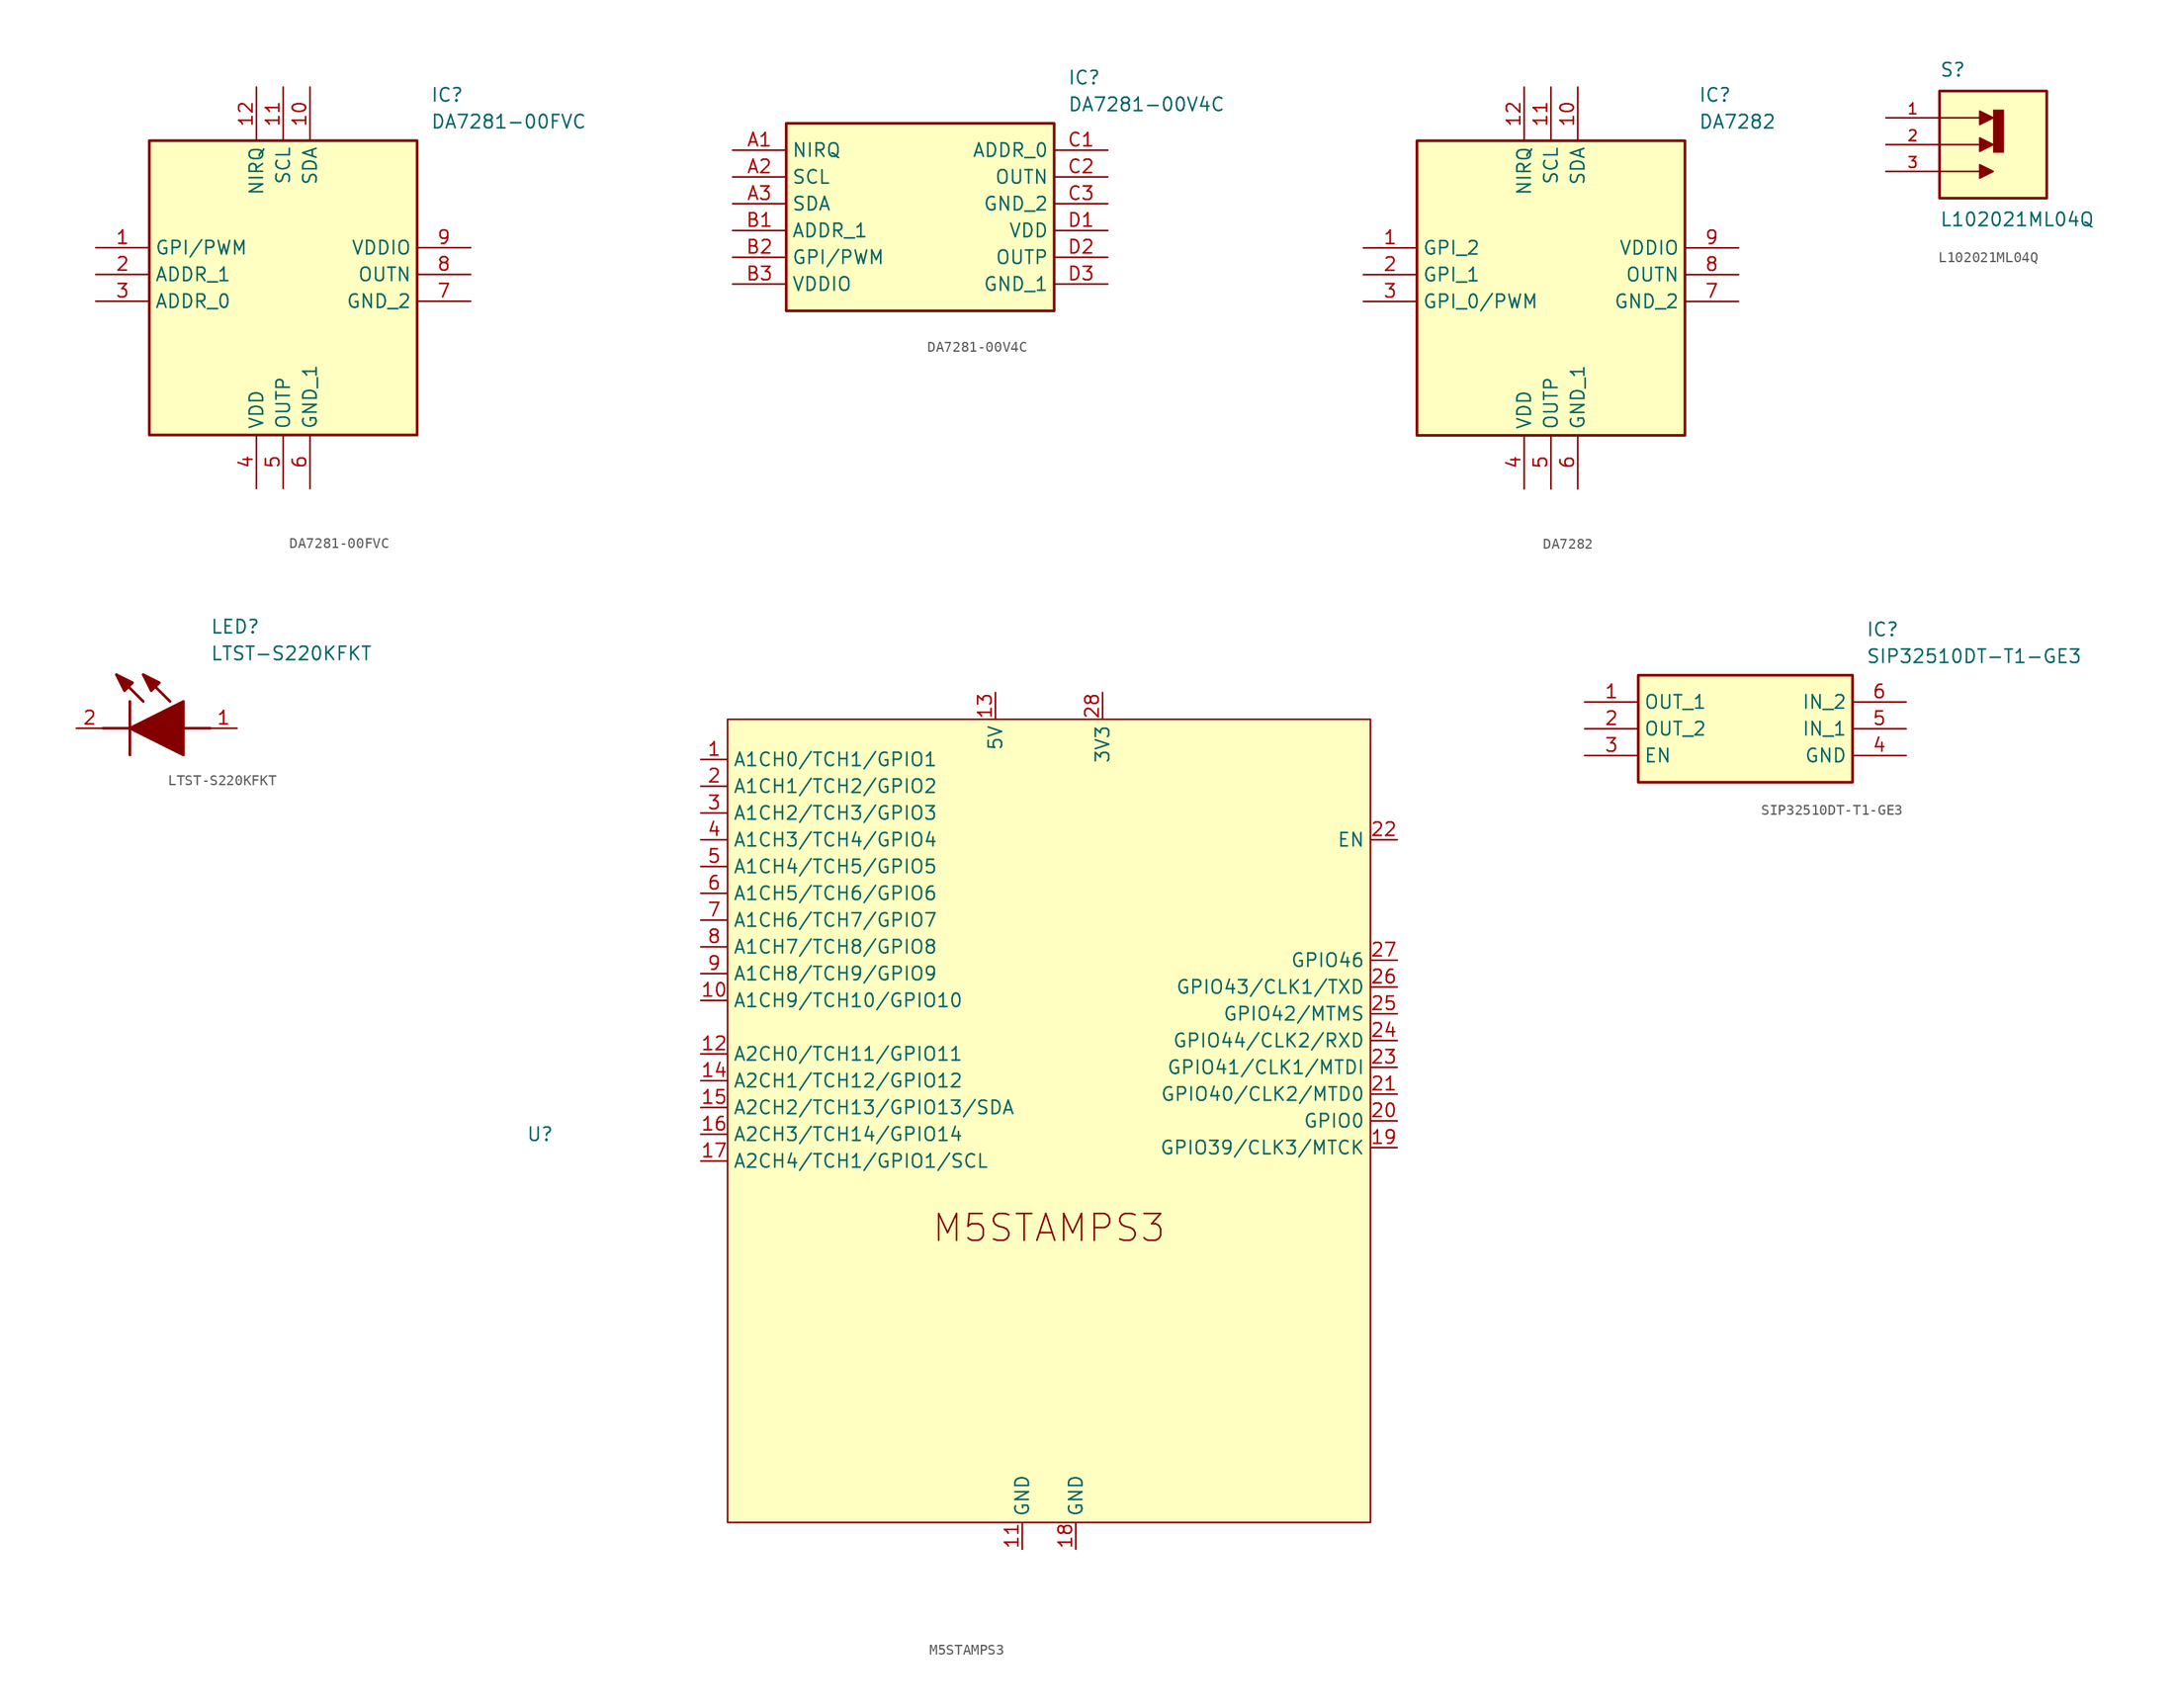
<source format=kicad_sym>
(kicad_symbol_lib
  (version 20231120)
  (generator "kicad_symbol_editor")
  (generator_version "8.0")
  (symbol "DA7281-00FVC"
    (property "Reference" "IC"
      (at 31.75 15.24 0)
      (effects (font (size 1.27 1.27)) (justify left top)))
    (property "Value" "DA7281-00FVC"
      (at 31.75 12.7 0)
      (effects (font (size 1.27 1.27)) (justify left top)))
    (symbol "DA7281-00FVC_1_1"
      (rectangle (start 5.08 10.16) (end 30.48 -17.78) (stroke (width 0.254) (type default)) (fill (type background)))
      (pin passive line (at 0 0 0) (length 5.08) (name "GPI/PWM" (effects (font (size 1.27 1.27)))) (number "1" (effects (font (size 1.27 1.27)))))
      (pin passive line (at 20.32 15.24 270) (length 5.08) (name "SDA" (effects (font (size 1.27 1.27)))) (number "10" (effects (font (size 1.27 1.27)))))
      (pin passive line (at 17.78 15.24 270) (length 5.08) (name "SCL" (effects (font (size 1.27 1.27)))) (number "11" (effects (font (size 1.27 1.27)))))
      (pin passive line (at 15.24 15.24 270) (length 5.08) (name "NIRQ" (effects (font (size 1.27 1.27)))) (number "12" (effects (font (size 1.27 1.27)))))
      (pin passive line (at 0 -2.54 0) (length 5.08) (name "ADDR_1" (effects (font (size 1.27 1.27)))) (number "2" (effects (font (size 1.27 1.27)))))
      (pin passive line (at 0 -5.08 0) (length 5.08) (name "ADDR_0" (effects (font (size 1.27 1.27)))) (number "3" (effects (font (size 1.27 1.27)))))
      (pin passive line (at 15.24 -22.86 90) (length 5.08) (name "VDD" (effects (font (size 1.27 1.27)))) (number "4" (effects (font (size 1.27 1.27)))))
      (pin passive line (at 17.78 -22.86 90) (length 5.08) (name "OUTP" (effects (font (size 1.27 1.27)))) (number "5" (effects (font (size 1.27 1.27)))))
      (pin passive line (at 20.32 -22.86 90) (length 5.08) (name "GND_1" (effects (font (size 1.27 1.27)))) (number "6" (effects (font (size 1.27 1.27)))))
      (pin passive line (at 35.56 -5.08 180) (length 5.08) (name "GND_2" (effects (font (size 1.27 1.27)))) (number "7" (effects (font (size 1.27 1.27)))))
      (pin passive line (at 35.56 -2.54 180) (length 5.08) (name "OUTN" (effects (font (size 1.27 1.27)))) (number "8" (effects (font (size 1.27 1.27)))))
      (pin passive line (at 35.56 0 180) (length 5.08) (name "VDDIO" (effects (font (size 1.27 1.27)))) (number "9" (effects (font (size 1.27 1.27)))))))
  (symbol "DA7281-00V4C"
    (property "Reference" "IC"
      (at 31.75 7.62 0)
      (effects (font (size 1.27 1.27)) (justify left top)))
    (property "Value" "DA7281-00V4C"
      (at 31.75 5.08 0)
      (effects (font (size 1.27 1.27)) (justify left top)))
    (symbol "DA7281-00V4C_1_1"
      (rectangle (start 5.08 2.54) (end 30.48 -15.24) (stroke (width 0.254) (type default)) (fill (type background)))
      (pin passive line (at 0 0 0) (length 5.08) (name "NIRQ" (effects (font (size 1.27 1.27)))) (number "A1" (effects (font (size 1.27 1.27)))))
      (pin passive line (at 0 -2.54 0) (length 5.08) (name "SCL" (effects (font (size 1.27 1.27)))) (number "A2" (effects (font (size 1.27 1.27)))))
      (pin passive line (at 0 -5.08 0) (length 5.08) (name "SDA" (effects (font (size 1.27 1.27)))) (number "A3" (effects (font (size 1.27 1.27)))))
      (pin passive line (at 0 -7.62 0) (length 5.08) (name "ADDR_1" (effects (font (size 1.27 1.27)))) (number "B1" (effects (font (size 1.27 1.27)))))
      (pin passive line (at 0 -10.16 0) (length 5.08) (name "GPI/PWM" (effects (font (size 1.27 1.27)))) (number "B2" (effects (font (size 1.27 1.27)))))
      (pin passive line (at 0 -12.7 0) (length 5.08) (name "VDDIO" (effects (font (size 1.27 1.27)))) (number "B3" (effects (font (size 1.27 1.27)))))
      (pin passive line (at 35.56 0 180) (length 5.08) (name "ADDR_0" (effects (font (size 1.27 1.27)))) (number "C1" (effects (font (size 1.27 1.27)))))
      (pin passive line (at 35.56 -2.54 180) (length 5.08) (name "OUTN" (effects (font (size 1.27 1.27)))) (number "C2" (effects (font (size 1.27 1.27)))))
      (pin passive line (at 35.56 -5.08 180) (length 5.08) (name "GND_2" (effects (font (size 1.27 1.27)))) (number "C3" (effects (font (size 1.27 1.27)))))
      (pin passive line (at 35.56 -7.62 180) (length 5.08) (name "VDD" (effects (font (size 1.27 1.27)))) (number "D1" (effects (font (size 1.27 1.27)))))
      (pin passive line (at 35.56 -10.16 180) (length 5.08) (name "OUTP" (effects (font (size 1.27 1.27)))) (number "D2" (effects (font (size 1.27 1.27)))))
      (pin passive line (at 35.56 -12.7 180) (length 5.08) (name "GND_1" (effects (font (size 1.27 1.27)))) (number "D3" (effects (font (size 1.27 1.27)))))))
  (symbol "DA7282"
    (property "Reference" "IC"
      (at 31.75 15.24 0)
      (effects (font (size 1.27 1.27)) (justify left top)))
    (property "Value" "DA7282"
      (at 31.75 12.7 0)
      (effects (font (size 1.27 1.27)) (justify left top)))
    (symbol "DA7282_1_1"
      (rectangle (start 5.08 10.16) (end 30.48 -17.78) (stroke (width 0.254) (type default)) (fill (type background)))
      (pin passive line (at 0 0 0) (length 5.08) (name "GPI_2" (effects (font (size 1.27 1.27)))) (number "1" (effects (font (size 1.27 1.27)))))
      (pin passive line (at 20.32 15.24 270) (length 5.08) (name "SDA" (effects (font (size 1.27 1.27)))) (number "10" (effects (font (size 1.27 1.27)))))
      (pin passive line (at 17.78 15.24 270) (length 5.08) (name "SCL" (effects (font (size 1.27 1.27)))) (number "11" (effects (font (size 1.27 1.27)))))
      (pin passive line (at 15.24 15.24 270) (length 5.08) (name "NIRQ" (effects (font (size 1.27 1.27)))) (number "12" (effects (font (size 1.27 1.27)))))
      (pin passive line (at 0 -2.54 0) (length 5.08) (name "GPI_1" (effects (font (size 1.27 1.27)))) (number "2" (effects (font (size 1.27 1.27)))))
      (pin passive line (at 0 -5.08 0) (length 5.08) (name "GPI_0/PWM" (effects (font (size 1.27 1.27)))) (number "3" (effects (font (size 1.27 1.27)))))
      (pin passive line (at 15.24 -22.86 90) (length 5.08) (name "VDD" (effects (font (size 1.27 1.27)))) (number "4" (effects (font (size 1.27 1.27)))))
      (pin passive line (at 17.78 -22.86 90) (length 5.08) (name "OUTP" (effects (font (size 1.27 1.27)))) (number "5" (effects (font (size 1.27 1.27)))))
      (pin passive line (at 20.32 -22.86 90) (length 5.08) (name "GND_1" (effects (font (size 1.27 1.27)))) (number "6" (effects (font (size 1.27 1.27)))))
      (pin passive line (at 35.56 -5.08 180) (length 5.08) (name "GND_2" (effects (font (size 1.27 1.27)))) (number "7" (effects (font (size 1.27 1.27)))))
      (pin passive line (at 35.56 -2.54 180) (length 5.08) (name "OUTN" (effects (font (size 1.27 1.27)))) (number "8" (effects (font (size 1.27 1.27)))))
      (pin passive line (at 35.56 0 180) (length 5.08) (name "VDDIO" (effects (font (size 1.27 1.27)))) (number "9" (effects (font (size 1.27 1.27)))))))
  (symbol "L102021ML04Q"
    (pin_names
      (offset 1.016))
    (property "Reference" "S"
      (at -5.08 6.35 0)
      (effects (font (size 1.27 1.27)) (justify left bottom)))
    (property "Value" "L102021ML04Q"
      (at -5.08 -6.35 0)
      (effects (font (size 1.27 1.27)) (justify left top)))
    (symbol "L102021ML04Q_0_0"
      (rectangle (start -5.08 -5.08) (end 5.08 5.08) (stroke (width 0.254) (type default)) (fill (type background)))
      (polyline (pts (xy -5.08 -2.54) (xy -1.27 -2.54)) (stroke (width 0.152) (type default)) (fill (type none)))
      (polyline (pts (xy -5.08 0) (xy -1.27 0)) (stroke (width 0.152) (type default)) (fill (type none)))
      (polyline (pts (xy -5.08 2.54) (xy -1.27 2.54)) (stroke (width 0.152) (type default)) (fill (type none)))
      (polyline (pts (xy -1.27 -1.905) (xy -1.27 -3.175) (xy 0 -2.54) (xy -1.27 -1.905)) (stroke (width 0.152) (type default)) (fill (type outline)))
      (polyline (pts (xy -1.27 0.635) (xy -1.27 -0.635) (xy 0 0) (xy -1.27 0.635)) (stroke (width 0.152) (type default)) (fill (type outline)))
      (polyline (pts (xy -1.27 3.175) (xy -1.27 1.905) (xy 0 2.54) (xy -1.27 3.175)) (stroke (width 0.152) (type default)) (fill (type outline)))
      (polyline (pts (xy 0 3.302) (xy 0 -0.762) (xy 1.016 -0.762) (xy 1.016 3.302) (xy 0 3.302)) (stroke (width 0.025) (type default)) (fill (type outline)))
      (pin passive line (at -10.16 2.54 0) (length 5.08) (name "~" (effects (font (size 1.016 1.016)))) (number "1" (effects (font (size 1.016 1.016)))))
      (pin passive line (at -10.16 0 0) (length 5.08) (name "~" (effects (font (size 1.016 1.016)))) (number "2" (effects (font (size 1.016 1.016)))))
      (pin passive line (at -10.16 -2.54 0) (length 5.08) (name "~" (effects (font (size 1.016 1.016)))) (number "3" (effects (font (size 1.016 1.016)))))))
  (symbol "LTST-S220KFKT"
    (pin_names hide)
    (property "Reference" "LED"
      (at 12.7 8.89 0)
      (effects (font (size 1.27 1.27)) (justify left bottom)))
    (property "Value" "LTST-S220KFKT"
      (at 12.7 6.35 0)
      (effects (font (size 1.27 1.27)) (justify left bottom)))
    (symbol "LTST-S220KFKT_1_1"
      (polyline (pts (xy 2.54 0) (xy 5.08 0)) (stroke (width 0.254) (type default)) (fill (type none)))
      (polyline (pts (xy 5.08 2.54) (xy 5.08 -2.54)) (stroke (width 0.254) (type default)) (fill (type none)))
      (polyline (pts (xy 6.35 2.54) (xy 3.81 5.08)) (stroke (width 0.254) (type default)) (fill (type none)))
      (polyline (pts (xy 8.89 2.54) (xy 6.35 5.08)) (stroke (width 0.254) (type default)) (fill (type none)))
      (polyline (pts (xy 10.16 0) (xy 12.7 0)) (stroke (width 0.254) (type default)) (fill (type none)))
      (polyline (pts (xy 5.08 0) (xy 10.16 2.54) (xy 10.16 -2.54) (xy 5.08 0)) (stroke (width 0.254) (type default)) (fill (type outline)))
      (polyline (pts (xy 5.334 4.318) (xy 4.572 3.556) (xy 3.81 5.08) (xy 5.334 4.318)) (stroke (width 0.254) (type default)) (fill (type outline)))
      (polyline (pts (xy 7.874 4.318) (xy 7.112 3.556) (xy 6.35 5.08) (xy 7.874 4.318)) (stroke (width 0.254) (type default)) (fill (type outline)))
      (pin passive line (at 15.24 0 180) (length 2.54) (name "A" (effects (font (size 1.27 1.27)))) (number "1" (effects (font (size 1.27 1.27)))))
      (pin passive line (at 0 0 0) (length 2.54) (name "K" (effects (font (size 1.27 1.27)))) (number "2" (effects (font (size 1.27 1.27)))))))
  (symbol "M5STAMPS3"
    (property "Reference" "U"
      (at -48.26 -2.54 0)
      (effects (font (size 1.27 1.27))))
    (property "Value" ""
      (at -48.26 -2.54 0)
      (effects (font (size 1.27 1.27))))
    (symbol "M5STAMPS3_0_1"
      (rectangle (start -30.48 36.83) (end 30.48 -39.37) (stroke (width 0) (type default)) (fill (type background))))
    (symbol "M5STAMPS3_1_0"
      (text "M5STAMPS3\n" (at 0 -11.43 0) (effects (font (size 2.54 2.54)))))
    (symbol "M5STAMPS3_1_1"
      (pin bidirectional line (at -33.02 33.02 0) (length 2.54) (name "A1CH0/TCH1/GPIO1" (effects (font (size 1.27 1.27)))) (number "1" (effects (font (size 1.27 1.27)))))
      (pin bidirectional line (at -33.02 10.16 0) (length 2.54) (name "A1CH9/TCH10/GPIO10" (effects (font (size 1.27 1.27)))) (number "10" (effects (font (size 1.27 1.27)))))
      (pin power_in line (at -2.54 -41.91 90) (length 2.54) (name "GND" (effects (font (size 1.27 1.27)))) (number "11" (effects (font (size 1.27 1.27)))))
      (pin bidirectional line (at -33.02 5.08 0) (length 2.54) (name "A2CH0/TCH11/GPIO11" (effects (font (size 1.27 1.27)))) (number "12" (effects (font (size 1.27 1.27)))))
      (pin power_in line (at -5.08 39.37 270) (length 2.54) (name "5V" (effects (font (size 1.27 1.27)))) (number "13" (effects (font (size 1.27 1.27)))))
      (pin bidirectional line (at -33.02 2.54 0) (length 2.54) (name "A2CH1/TCH12/GPIO12" (effects (font (size 1.27 1.27)))) (number "14" (effects (font (size 1.27 1.27)))))
      (pin bidirectional line (at -33.02 0 0) (length 2.54) (name "A2CH2/TCH13/GPIO13/SDA" (effects (font (size 1.27 1.27)))) (number "15" (effects (font (size 1.27 1.27)))))
      (pin bidirectional line (at -33.02 -2.54 0) (length 2.54) (name "A2CH3/TCH14/GPIO14" (effects (font (size 1.27 1.27)))) (number "16" (effects (font (size 1.27 1.27)))))
      (pin bidirectional line (at -33.02 -5.08 0) (length 2.54) (name "A2CH4/TCH1/GPIO1/SCL" (effects (font (size 1.27 1.27)))) (number "17" (effects (font (size 1.27 1.27)))))
      (pin power_in line (at 2.54 -41.91 90) (length 2.54) (name "GND" (effects (font (size 1.27 1.27)))) (number "18" (effects (font (size 1.27 1.27)))))
      (pin bidirectional line (at 33.02 -3.81 180) (length 2.54) (name "GPIO39/CLK3/MTCK" (effects (font (size 1.27 1.27)))) (number "19" (effects (font (size 1.27 1.27)))))
      (pin bidirectional line (at -33.02 30.48 0) (length 2.54) (name "A1CH1/TCH2/GPIO2" (effects (font (size 1.27 1.27)))) (number "2" (effects (font (size 1.27 1.27)))))
      (pin bidirectional line (at 33.02 -1.27 180) (length 2.54) (name "GPIO0" (effects (font (size 1.27 1.27)))) (number "20" (effects (font (size 1.27 1.27)))))
      (pin bidirectional line (at 33.02 1.27 180) (length 2.54) (name "GPIO40/CLK2/MTD0" (effects (font (size 1.27 1.27)))) (number "21" (effects (font (size 1.27 1.27)))))
      (pin input line (at 33.02 25.4 180) (length 2.54) (name "EN" (effects (font (size 1.27 1.27)))) (number "22" (effects (font (size 1.27 1.27)))))
      (pin bidirectional line (at 33.02 3.81 180) (length 2.54) (name "GPIO41/CLK1/MTDI" (effects (font (size 1.27 1.27)))) (number "23" (effects (font (size 1.27 1.27)))))
      (pin bidirectional line (at 33.02 6.35 180) (length 2.54) (name "GPIO44/CLK2/RXD" (effects (font (size 1.27 1.27)))) (number "24" (effects (font (size 1.27 1.27)))))
      (pin bidirectional line (at 33.02 8.89 180) (length 2.54) (name "GPIO42/MTMS" (effects (font (size 1.27 1.27)))) (number "25" (effects (font (size 1.27 1.27)))))
      (pin bidirectional line (at 33.02 11.43 180) (length 2.54) (name "GPIO43/CLK1/TXD" (effects (font (size 1.27 1.27)))) (number "26" (effects (font (size 1.27 1.27)))))
      (pin bidirectional line (at 33.02 13.97 180) (length 2.54) (name "GPIO46" (effects (font (size 1.27 1.27)))) (number "27" (effects (font (size 1.27 1.27)))))
      (pin power_in line (at 5.08 39.37 270) (length 2.54) (name "3V3" (effects (font (size 1.27 1.27)))) (number "28" (effects (font (size 1.27 1.27)))))
      (pin bidirectional line (at -33.02 27.94 0) (length 2.54) (name "A1CH2/TCH3/GPIO3" (effects (font (size 1.27 1.27)))) (number "3" (effects (font (size 1.27 1.27)))))
      (pin bidirectional line (at -33.02 25.4 0) (length 2.54) (name "A1CH3/TCH4/GPIO4" (effects (font (size 1.27 1.27)))) (number "4" (effects (font (size 1.27 1.27)))))
      (pin bidirectional line (at -33.02 22.86 0) (length 2.54) (name "A1CH4/TCH5/GPIO5" (effects (font (size 1.27 1.27)))) (number "5" (effects (font (size 1.27 1.27)))))
      (pin bidirectional line (at -33.02 20.32 0) (length 2.54) (name "A1CH5/TCH6/GPIO6" (effects (font (size 1.27 1.27)))) (number "6" (effects (font (size 1.27 1.27)))))
      (pin bidirectional line (at -33.02 17.78 0) (length 2.54) (name "A1CH6/TCH7/GPIO7" (effects (font (size 1.27 1.27)))) (number "7" (effects (font (size 1.27 1.27)))))
      (pin bidirectional line (at -33.02 15.24 0) (length 2.54) (name "A1CH7/TCH8/GPIO8" (effects (font (size 1.27 1.27)))) (number "8" (effects (font (size 1.27 1.27)))))
      (pin bidirectional line (at -33.02 12.7 0) (length 2.54) (name "A1CH8/TCH9/GPIO9" (effects (font (size 1.27 1.27)))) (number "9" (effects (font (size 1.27 1.27)))))))
  (symbol "SIP32510DT-T1-GE3"
    (property "Reference" "IC"
      (at 26.67 7.62 0)
      (effects (font (size 1.27 1.27)) (justify left top)))
    (property "Value" "SIP32510DT-T1-GE3"
      (at 26.67 5.08 0)
      (effects (font (size 1.27 1.27)) (justify left top)))
    (symbol "SIP32510DT-T1-GE3_1_1"
      (rectangle (start 5.08 2.54) (end 25.4 -7.62) (stroke (width 0.254) (type default)) (fill (type background)))
      (pin passive line (at 0 0 0) (length 5.08) (name "OUT_1" (effects (font (size 1.27 1.27)))) (number "1" (effects (font (size 1.27 1.27)))))
      (pin passive line (at 0 -2.54 0) (length 5.08) (name "OUT_2" (effects (font (size 1.27 1.27)))) (number "2" (effects (font (size 1.27 1.27)))))
      (pin passive line (at 0 -5.08 0) (length 5.08) (name "EN" (effects (font (size 1.27 1.27)))) (number "3" (effects (font (size 1.27 1.27)))))
      (pin passive line (at 30.48 -5.08 180) (length 5.08) (name "GND" (effects (font (size 1.27 1.27)))) (number "4" (effects (font (size 1.27 1.27)))))
      (pin passive line (at 30.48 -2.54 180) (length 5.08) (name "IN_1" (effects (font (size 1.27 1.27)))) (number "5" (effects (font (size 1.27 1.27)))))
      (pin passive line (at 30.48 0 180) (length 5.08) (name "IN_2" (effects (font (size 1.27 1.27)))) (number "6" (effects (font (size 1.27 1.27))))))))
</source>
